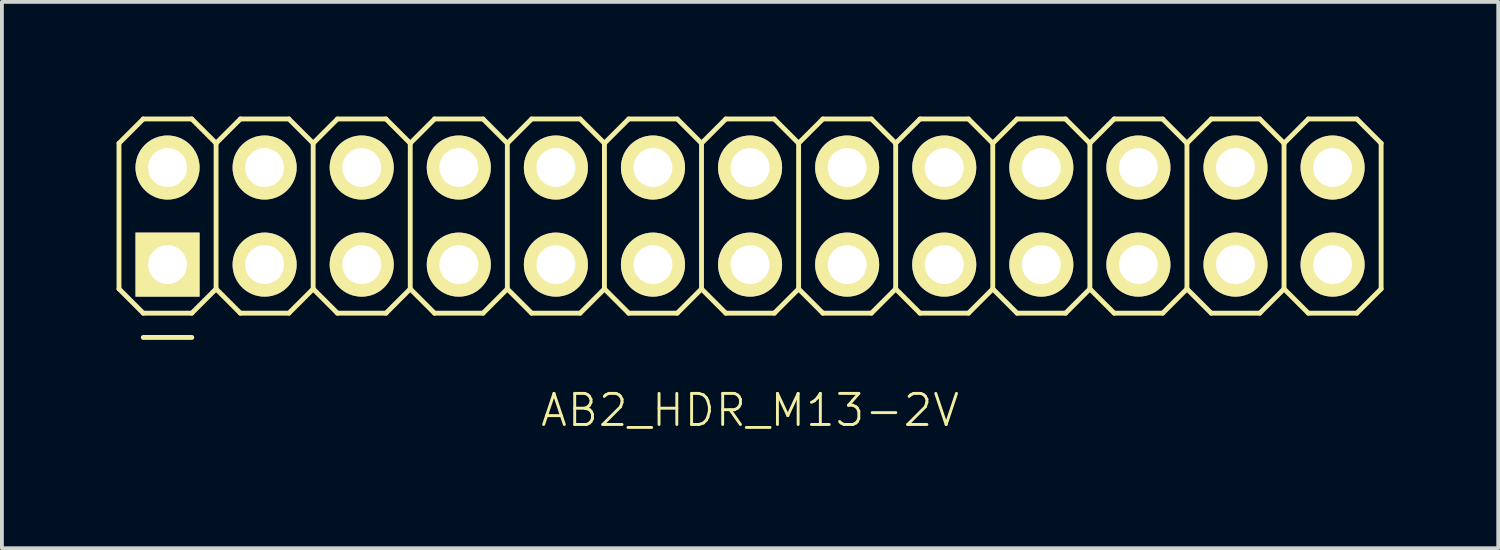
<source format=kicad_pcb>
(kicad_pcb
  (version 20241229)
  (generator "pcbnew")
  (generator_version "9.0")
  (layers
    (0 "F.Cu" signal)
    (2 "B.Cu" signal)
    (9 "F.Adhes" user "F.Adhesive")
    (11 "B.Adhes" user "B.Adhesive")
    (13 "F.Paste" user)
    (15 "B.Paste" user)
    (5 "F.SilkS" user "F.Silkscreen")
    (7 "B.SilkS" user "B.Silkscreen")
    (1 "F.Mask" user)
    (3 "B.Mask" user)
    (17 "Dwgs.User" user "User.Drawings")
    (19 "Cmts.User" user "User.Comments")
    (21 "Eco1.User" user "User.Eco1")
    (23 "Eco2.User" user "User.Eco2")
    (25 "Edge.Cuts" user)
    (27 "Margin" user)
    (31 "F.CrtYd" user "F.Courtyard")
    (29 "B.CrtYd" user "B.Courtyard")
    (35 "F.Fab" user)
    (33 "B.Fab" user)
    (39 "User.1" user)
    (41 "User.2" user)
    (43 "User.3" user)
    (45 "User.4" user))
  (footprint "AB2_HDR_M13-2V"
    (layer "F.Cu")
    (at 16.573 2.603)
    (property "Reference" "AB2_HDR_M13-2V" (at 0 5.08 0) (layer "F.SilkS") (effects (font (size 0.813 0.813) (thickness 0.076))))
    (attr through_hole)
    (fp_line (start -16.51 -1.905) (end -15.875 -2.54) (stroke (width 0.127) (type solid)) (layer "F.SilkS"))
    (fp_line (start -16.51 1.905) (end -16.51 -1.905) (stroke (width 0.127) (type solid)) (layer "F.SilkS"))
    (fp_line (start -15.875 -2.54) (end -14.605 -2.54) (stroke (width 0.127) (type solid)) (layer "F.SilkS"))
    (fp_line (start -15.875 2.54) (end -16.51 1.905) (stroke (width 0.127) (type solid)) (layer "F.SilkS"))
    (fp_line (start -15.875 3.175) (end -14.605 3.175) (stroke (width 0.127) (type solid)) (layer "F.SilkS"))
    (fp_line (start -14.605 -2.54) (end -13.97 -1.905) (stroke (width 0.127) (type solid)) (layer "F.SilkS"))
    (fp_line (start -14.605 2.54) (end -15.875 2.54) (stroke (width 0.127) (type solid)) (layer "F.SilkS"))
    (fp_line (start -13.97 -1.905) (end -13.97 1.905) (stroke (width 0.127) (type solid)) (layer "F.SilkS"))
    (fp_line (start -13.97 -1.905) (end -13.335 -2.54) (stroke (width 0.127) (type solid)) (layer "F.SilkS"))
    (fp_line (start -13.97 1.905) (end -14.605 2.54) (stroke (width 0.127) (type solid)) (layer "F.SilkS"))
    (fp_line (start -13.335 -2.54) (end -12.065 -2.54) (stroke (width 0.127) (type solid)) (layer "F.SilkS"))
    (fp_line (start -13.335 2.54) (end -13.97 1.905) (stroke (width 0.127) (type solid)) (layer "F.SilkS"))
    (fp_line (start -12.065 -2.54) (end -11.43 -1.905) (stroke (width 0.127) (type solid)) (layer "F.SilkS"))
    (fp_line (start -12.065 2.54) (end -13.335 2.54) (stroke (width 0.127) (type solid)) (layer "F.SilkS"))
    (fp_line (start -11.43 -1.905) (end -11.43 1.905) (stroke (width 0.127) (type solid)) (layer "F.SilkS"))
    (fp_line (start -11.43 -1.905) (end -10.795 -2.54) (stroke (width 0.127) (type solid)) (layer "F.SilkS"))
    (fp_line (start -11.43 1.905) (end -12.065 2.54) (stroke (width 0.127) (type solid)) (layer "F.SilkS"))
    (fp_line (start -10.795 -2.54) (end -9.525 -2.54) (stroke (width 0.127) (type solid)) (layer "F.SilkS"))
    (fp_line (start -10.795 2.54) (end -11.43 1.905) (stroke (width 0.127) (type solid)) (layer "F.SilkS"))
    (fp_line (start -9.525 -2.54) (end -8.89 -1.905) (stroke (width 0.127) (type solid)) (layer "F.SilkS"))
    (fp_line (start -9.525 2.54) (end -10.795 2.54) (stroke (width 0.127) (type solid)) (layer "F.SilkS"))
    (fp_line (start -8.89 -1.905) (end -8.89 1.905) (stroke (width 0.127) (type solid)) (layer "F.SilkS"))
    (fp_line (start -8.89 -1.905) (end -8.255 -2.54) (stroke (width 0.127) (type solid)) (layer "F.SilkS"))
    (fp_line (start -8.89 1.905) (end -9.525 2.54) (stroke (width 0.127) (type solid)) (layer "F.SilkS"))
    (fp_line (start -8.255 -2.54) (end -6.985 -2.54) (stroke (width 0.127) (type solid)) (layer "F.SilkS"))
    (fp_line (start -8.255 2.54) (end -8.89 1.905) (stroke (width 0.127) (type solid)) (layer "F.SilkS"))
    (fp_line (start -6.985 -2.54) (end -6.35 -1.905) (stroke (width 0.127) (type solid)) (layer "F.SilkS"))
    (fp_line (start -6.985 2.54) (end -8.255 2.54) (stroke (width 0.127) (type solid)) (layer "F.SilkS"))
    (fp_line (start -6.35 -1.905) (end -6.35 1.905) (stroke (width 0.127) (type solid)) (layer "F.SilkS"))
    (fp_line (start -6.35 -1.905) (end -5.715 -2.54) (stroke (width 0.127) (type solid)) (layer "F.SilkS"))
    (fp_line (start -6.35 1.905) (end -6.985 2.54) (stroke (width 0.127) (type solid)) (layer "F.SilkS"))
    (fp_line (start -5.715 -2.54) (end -4.445 -2.54) (stroke (width 0.127) (type solid)) (layer "F.SilkS"))
    (fp_line (start -5.715 2.54) (end -6.35 1.905) (stroke (width 0.127) (type solid)) (layer "F.SilkS"))
    (fp_line (start -4.445 -2.54) (end -3.81 -1.905) (stroke (width 0.127) (type solid)) (layer "F.SilkS"))
    (fp_line (start -4.445 2.54) (end -5.715 2.54) (stroke (width 0.127) (type solid)) (layer "F.SilkS"))
    (fp_line (start -3.81 -1.905) (end -3.81 1.905) (stroke (width 0.127) (type solid)) (layer "F.SilkS"))
    (fp_line (start -3.81 -1.905) (end -3.175 -2.54) (stroke (width 0.127) (type solid)) (layer "F.SilkS"))
    (fp_line (start -3.81 1.905) (end -4.445 2.54) (stroke (width 0.127) (type solid)) (layer "F.SilkS"))
    (fp_line (start -3.175 -2.54) (end -1.905 -2.54) (stroke (width 0.127) (type solid)) (layer "F.SilkS"))
    (fp_line (start -3.175 2.54) (end -3.81 1.905) (stroke (width 0.127) (type solid)) (layer "F.SilkS"))
    (fp_line (start -1.905 -2.54) (end -1.27 -1.905) (stroke (width 0.127) (type solid)) (layer "F.SilkS"))
    (fp_line (start -1.905 2.54) (end -3.175 2.54) (stroke (width 0.127) (type solid)) (layer "F.SilkS"))
    (fp_line (start -1.27 -1.905) (end -1.27 1.905) (stroke (width 0.127) (type solid)) (layer "F.SilkS"))
    (fp_line (start -1.27 -1.905) (end -0.635 -2.54) (stroke (width 0.127) (type solid)) (layer "F.SilkS"))
    (fp_line (start -1.27 1.905) (end -1.905 2.54) (stroke (width 0.127) (type solid)) (layer "F.SilkS"))
    (fp_line (start -0.635 -2.54) (end 0.635 -2.54) (stroke (width 0.127) (type solid)) (layer "F.SilkS"))
    (fp_line (start -0.635 2.54) (end -1.27 1.905) (stroke (width 0.127) (type solid)) (layer "F.SilkS"))
    (fp_line (start 0.635 -2.54) (end 1.27 -1.905) (stroke (width 0.127) (type solid)) (layer "F.SilkS"))
    (fp_line (start 0.635 2.54) (end -0.635 2.54) (stroke (width 0.127) (type solid)) (layer "F.SilkS"))
    (fp_line (start 1.27 -1.905) (end 1.27 1.905) (stroke (width 0.127) (type solid)) (layer "F.SilkS"))
    (fp_line (start 1.27 -1.905) (end 1.905 -2.54) (stroke (width 0.127) (type solid)) (layer "F.SilkS"))
    (fp_line (start 1.27 1.905) (end 0.635 2.54) (stroke (width 0.127) (type solid)) (layer "F.SilkS"))
    (fp_line (start 1.905 -2.54) (end 3.175 -2.54) (stroke (width 0.127) (type solid)) (layer "F.SilkS"))
    (fp_line (start 1.905 2.54) (end 1.27 1.905) (stroke (width 0.127) (type solid)) (layer "F.SilkS"))
    (fp_line (start 3.175 -2.54) (end 3.81 -1.905) (stroke (width 0.127) (type solid)) (layer "F.SilkS"))
    (fp_line (start 3.175 2.54) (end 1.905 2.54) (stroke (width 0.127) (type solid)) (layer "F.SilkS"))
    (fp_line (start 3.81 -1.905) (end 3.81 1.905) (stroke (width 0.127) (type solid)) (layer "F.SilkS"))
    (fp_line (start 3.81 -1.905) (end 4.445 -2.54) (stroke (width 0.127) (type solid)) (layer "F.SilkS"))
    (fp_line (start 3.81 1.905) (end 3.175 2.54) (stroke (width 0.127) (type solid)) (layer "F.SilkS"))
    (fp_line (start 4.445 -2.54) (end 5.715 -2.54) (stroke (width 0.127) (type solid)) (layer "F.SilkS"))
    (fp_line (start 4.445 2.54) (end 3.81 1.905) (stroke (width 0.127) (type solid)) (layer "F.SilkS"))
    (fp_line (start 5.715 -2.54) (end 6.35 -1.905) (stroke (width 0.127) (type solid)) (layer "F.SilkS"))
    (fp_line (start 5.715 2.54) (end 4.445 2.54) (stroke (width 0.127) (type solid)) (layer "F.SilkS"))
    (fp_line (start 6.35 -1.905) (end 6.35 1.905) (stroke (width 0.127) (type solid)) (layer "F.SilkS"))
    (fp_line (start 6.35 -1.905) (end 6.985 -2.54) (stroke (width 0.127) (type solid)) (layer "F.SilkS"))
    (fp_line (start 6.35 1.905) (end 5.715 2.54) (stroke (width 0.127) (type solid)) (layer "F.SilkS"))
    (fp_line (start 6.985 -2.54) (end 8.255 -2.54) (stroke (width 0.127) (type solid)) (layer "F.SilkS"))
    (fp_line (start 6.985 2.54) (end 6.35 1.905) (stroke (width 0.127) (type solid)) (layer "F.SilkS"))
    (fp_line (start 8.255 -2.54) (end 8.89 -1.905) (stroke (width 0.127) (type solid)) (layer "F.SilkS"))
    (fp_line (start 8.255 2.54) (end 6.985 2.54) (stroke (width 0.127) (type solid)) (layer "F.SilkS"))
    (fp_line (start 8.89 -1.905) (end 8.89 1.905) (stroke (width 0.127) (type solid)) (layer "F.SilkS"))
    (fp_line (start 8.89 -1.905) (end 9.525 -2.54) (stroke (width 0.127) (type solid)) (layer "F.SilkS"))
    (fp_line (start 8.89 1.905) (end 8.255 2.54) (stroke (width 0.127) (type solid)) (layer "F.SilkS"))
    (fp_line (start 9.525 -2.54) (end 10.795 -2.54) (stroke (width 0.127) (type solid)) (layer "F.SilkS"))
    (fp_line (start 9.525 2.54) (end 8.89 1.905) (stroke (width 0.127) (type solid)) (layer "F.SilkS"))
    (fp_line (start 10.795 -2.54) (end 11.43 -1.905) (stroke (width 0.127) (type solid)) (layer "F.SilkS"))
    (fp_line (start 10.795 2.54) (end 9.525 2.54) (stroke (width 0.127) (type solid)) (layer "F.SilkS"))
    (fp_line (start 11.43 -1.905) (end 11.43 1.905) (stroke (width 0.127) (type solid)) (layer "F.SilkS"))
    (fp_line (start 11.43 -1.905) (end 12.065 -2.54) (stroke (width 0.127) (type solid)) (layer "F.SilkS"))
    (fp_line (start 11.43 1.905) (end 10.795 2.54) (stroke (width 0.127) (type solid)) (layer "F.SilkS"))
    (fp_line (start 12.065 -2.54) (end 13.335 -2.54) (stroke (width 0.127) (type solid)) (layer "F.SilkS"))
    (fp_line (start 12.065 2.54) (end 11.43 1.905) (stroke (width 0.127) (type solid)) (layer "F.SilkS"))
    (fp_line (start 13.335 -2.54) (end 13.97 -1.905) (stroke (width 0.127) (type solid)) (layer "F.SilkS"))
    (fp_line (start 13.335 2.54) (end 12.065 2.54) (stroke (width 0.127) (type solid)) (layer "F.SilkS"))
    (fp_line (start 13.97 -1.905) (end 13.97 1.905) (stroke (width 0.127) (type solid)) (layer "F.SilkS"))
    (fp_line (start 13.97 -1.905) (end 14.605 -2.54) (stroke (width 0.127) (type solid)) (layer "F.SilkS"))
    (fp_line (start 13.97 1.905) (end 13.335 2.54) (stroke (width 0.127) (type solid)) (layer "F.SilkS"))
    (fp_line (start 14.605 -2.54) (end 15.875 -2.54) (stroke (width 0.127) (type solid)) (layer "F.SilkS"))
    (fp_line (start 14.605 2.54) (end 13.97 1.905) (stroke (width 0.127) (type solid)) (layer "F.SilkS"))
    (fp_line (start 15.875 -2.54) (end 16.51 -1.905) (stroke (width 0.127) (type solid)) (layer "F.SilkS"))
    (fp_line (start 15.875 2.54) (end 14.605 2.54) (stroke (width 0.127) (type solid)) (layer "F.SilkS"))
    (fp_line (start 16.51 -1.905) (end 16.51 1.905) (stroke (width 0.127) (type solid)) (layer "F.SilkS"))
    (fp_line (start 16.51 1.905) (end 15.875 2.54) (stroke (width 0.127) (type solid)) (layer "F.SilkS"))
    (pad "1" thru_hole rect (at -15.24 1.27) (size 1.676 1.676) (drill 1.016) (layers "*.Cu" "*.Mask" "F.SilkS"))
    (pad "2" thru_hole circle (at -15.24 -1.27) (size 1.676 1.676) (drill 1.016) (layers "*.Cu" "*.Mask" "F.SilkS"))
    (pad "3" thru_hole circle (at -12.7 1.27) (size 1.676 1.676) (drill 1.016) (layers "*.Cu" "*.Mask" "F.SilkS"))
    (pad "4" thru_hole circle (at -12.7 -1.27) (size 1.676 1.676) (drill 1.016) (layers "*.Cu" "*.Mask" "F.SilkS"))
    (pad "5" thru_hole circle (at -10.16 1.27) (size 1.676 1.676) (drill 1.016) (layers "*.Cu" "*.Mask" "F.SilkS"))
    (pad "6" thru_hole circle (at -10.16 -1.27) (size 1.676 1.676) (drill 1.016) (layers "*.Cu" "*.Mask" "F.SilkS"))
    (pad "7" thru_hole circle (at -7.62 1.27) (size 1.676 1.676) (drill 1.016) (layers "*.Cu" "*.Mask" "F.SilkS"))
    (pad "8" thru_hole circle (at -7.62 -1.27) (size 1.676 1.676) (drill 1.016) (layers "*.Cu" "*.Mask" "F.SilkS"))
    (pad "9" thru_hole circle (at -5.08 1.27) (size 1.676 1.676) (drill 1.016) (layers "*.Cu" "*.Mask" "F.SilkS"))
    (pad "10" thru_hole circle (at -5.08 -1.27) (size 1.676 1.676) (drill 1.016) (layers "*.Cu" "*.Mask" "F.SilkS"))
    (pad "11" thru_hole circle (at -2.54 1.27) (size 1.676 1.676) (drill 1.016) (layers "*.Cu" "*.Mask" "F.SilkS"))
    (pad "12" thru_hole circle (at -2.54 -1.27) (size 1.676 1.676) (drill 1.016) (layers "*.Cu" "*.Mask" "F.SilkS"))
    (pad "13" thru_hole circle (at 0 1.27) (size 1.676 1.676) (drill 1.016) (layers "*.Cu" "*.Mask" "F.SilkS"))
    (pad "14" thru_hole circle (at 0 -1.27) (size 1.676 1.676) (drill 1.016) (layers "*.Cu" "*.Mask" "F.SilkS"))
    (pad "15" thru_hole circle (at 2.54 1.27) (size 1.676 1.676) (drill 1.016) (layers "*.Cu" "*.Mask" "F.SilkS"))
    (pad "16" thru_hole circle (at 2.54 -1.27) (size 1.676 1.676) (drill 1.016) (layers "*.Cu" "*.Mask" "F.SilkS"))
    (pad "17" thru_hole circle (at 5.08 1.27) (size 1.676 1.676) (drill 1.016) (layers "*.Cu" "*.Mask" "F.SilkS"))
    (pad "18" thru_hole circle (at 5.08 -1.27) (size 1.676 1.676) (drill 1.016) (layers "*.Cu" "*.Mask" "F.SilkS"))
    (pad "19" thru_hole circle (at 7.62 1.27) (size 1.676 1.676) (drill 1.016) (layers "*.Cu" "*.Mask" "F.SilkS"))
    (pad "20" thru_hole circle (at 7.62 -1.27) (size 1.676 1.676) (drill 1.016) (layers "*.Cu" "*.Mask" "F.SilkS"))
    (pad "21" thru_hole circle (at 10.16 1.27) (size 1.676 1.676) (drill 1.016) (layers "*.Cu" "*.Mask" "F.SilkS"))
    (pad "22" thru_hole circle (at 10.16 -1.27) (size 1.676 1.676) (drill 1.016) (layers "*.Cu" "*.Mask" "F.SilkS"))
    (pad "23" thru_hole circle (at 12.7 1.27) (size 1.676 1.676) (drill 1.016) (layers "*.Cu" "*.Mask" "F.SilkS"))
    (pad "24" thru_hole circle (at 12.7 -1.27) (size 1.676 1.676) (drill 1.016) (layers "*.Cu" "*.Mask" "F.SilkS"))
    (pad "25" thru_hole circle (at 15.24 1.27) (size 1.676 1.676) (drill 1.016) (layers "*.Cu" "*.Mask" "F.SilkS"))
    (pad "26" thru_hole circle (at 15.24 -1.27) (size 1.676 1.676) (drill 1.016) (layers "*.Cu" "*.Mask" "F.SilkS")))
  (gr_rect
    (start -3 -3)
    (end 36.147 11.293)
    (stroke (width 0.1) (type default))
    (fill no)
    (layer "Edge.Cuts")))
</source>
